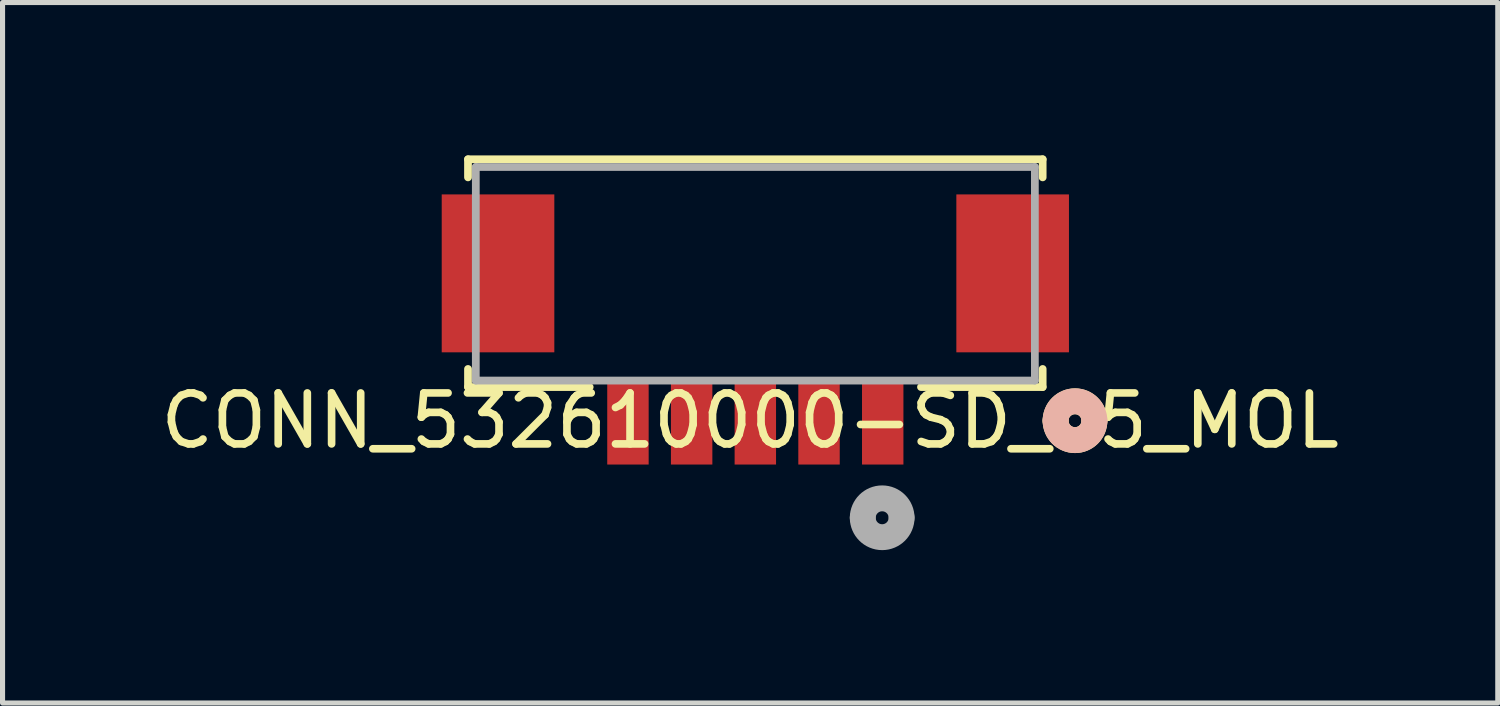
<source format=kicad_pcb>
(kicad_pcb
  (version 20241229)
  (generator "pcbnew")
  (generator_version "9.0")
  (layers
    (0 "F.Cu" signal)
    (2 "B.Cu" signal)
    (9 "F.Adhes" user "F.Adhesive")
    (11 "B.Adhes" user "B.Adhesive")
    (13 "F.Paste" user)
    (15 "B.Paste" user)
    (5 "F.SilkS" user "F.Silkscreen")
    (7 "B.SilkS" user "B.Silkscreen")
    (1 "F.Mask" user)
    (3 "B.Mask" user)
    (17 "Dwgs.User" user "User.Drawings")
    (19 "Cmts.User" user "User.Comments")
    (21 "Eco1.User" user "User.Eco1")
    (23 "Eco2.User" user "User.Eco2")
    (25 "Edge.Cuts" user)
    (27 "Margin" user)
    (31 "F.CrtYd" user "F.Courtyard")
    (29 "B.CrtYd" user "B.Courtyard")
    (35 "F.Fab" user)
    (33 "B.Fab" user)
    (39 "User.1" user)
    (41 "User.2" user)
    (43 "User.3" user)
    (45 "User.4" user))
  (footprint "CONN_532610000-SD_05_MOL"
    (layer "F.Cu")
    (at 11.774 2.311)
    (property "Reference" "CONN_532610000-SD_05_MOL" (at -0.102 2.896 180) (layer "F.SilkS") (effects (font (size 1 1) (thickness 0.15))))
    (attr smd)
    (fp_line (start -5.639 -2.235) (end -5.639 -1.88) (stroke (width 0.152) (type solid)) (layer "F.SilkS"))
    (fp_line (start -5.639 1.88) (end -5.639 2.235) (stroke (width 0.152) (type solid)) (layer "F.SilkS"))
    (fp_line (start -5.639 2.235) (end -3.251 2.235) (stroke (width 0.152) (type solid)) (layer "F.SilkS"))
    (fp_line (start 3.251 2.235) (end 5.639 2.235) (stroke (width 0.152) (type solid)) (layer "F.SilkS"))
    (fp_line (start 5.639 -2.235) (end -5.639 -2.235) (stroke (width 0.152) (type solid)) (layer "F.SilkS"))
    (fp_line (start 5.639 -1.88) (end 5.639 -2.235) (stroke (width 0.152) (type solid)) (layer "F.SilkS"))
    (fp_line (start 5.639 2.235) (end 5.639 1.88) (stroke (width 0.152) (type solid)) (layer "F.SilkS"))
    (fp_arc (start 5.8928 2.8956) (mid 6.2738 2.5146) (end 6.6548 2.8956) (stroke (width 0.508) (type solid)) (layer "F.SilkS"))
    (fp_arc (start 6.6548 2.8956) (mid 6.2738 3.2766) (end 5.8928 2.8956) (stroke (width 0.508) (type solid)) (layer "F.SilkS"))
    (fp_arc (start 5.8928 2.8956) (mid 6.2738 2.5146) (end 6.6548 2.8956) (stroke (width 0.508) (type solid)) (layer "B.SilkS"))
    (fp_arc (start 6.6548 2.8956) (mid 6.2738 3.2766) (end 5.8928 2.8956) (stroke (width 0.508) (type solid)) (layer "B.SilkS"))
    (fp_line (start -5.486 -2.083) (end -5.486 2.108) (stroke (width 0.152) (type solid)) (layer "F.Fab"))
    (fp_line (start -5.486 2.108) (end 5.486 2.108) (stroke (width 0.152) (type solid)) (layer "F.Fab"))
    (fp_line (start 5.486 -2.083) (end -5.486 -2.083) (stroke (width 0.152) (type solid)) (layer "F.Fab"))
    (fp_line (start 5.486 2.108) (end 5.486 -2.083) (stroke (width 0.152) (type solid)) (layer "F.Fab"))
    (fp_arc (start 2.1082 4.8006) (mid 2.4892 4.4196) (end 2.8702 4.8006) (stroke (width 0.508) (type solid)) (layer "F.Fab"))
    (fp_arc (start 2.8702 4.8006) (mid 2.4892 5.1816) (end 2.1082 4.8006) (stroke (width 0.508) (type solid)) (layer "F.Fab"))
    (pad "1" smd rect (at 2.5 2.905) (size 0.813 1.702) (layers "F.Cu" "F.Mask" "F.Paste"))
    (pad "2" smd rect (at 1.25 2.905) (size 0.813 1.702) (layers "F.Cu" "F.Mask" "F.Paste"))
    (pad "3" smd rect (at 0 2.905) (size 0.813 1.702) (layers "F.Cu" "F.Mask" "F.Paste"))
    (pad "4" smd rect (at -1.25 2.905) (size 0.813 1.702) (layers "F.Cu" "F.Mask" "F.Paste"))
    (pad "5" smd rect (at -2.5 2.905) (size 0.813 1.702) (layers "F.Cu" "F.Mask" "F.Paste"))
    (pad "6" smd rect (at -5.05 0.004) (size 2.21 3.099) (layers "F.Cu" "F.Mask" "F.Paste"))
    (pad "7" smd rect (at 5.05 0.004) (size 2.21 3.099) (layers "F.Cu" "F.Mask" "F.Paste")))
  (gr_rect
    (start -3 -3)
    (end 26.345 10.747)
    (stroke (width 0.1) (type default))
    (fill no)
    (layer "Edge.Cuts")))
</source>
